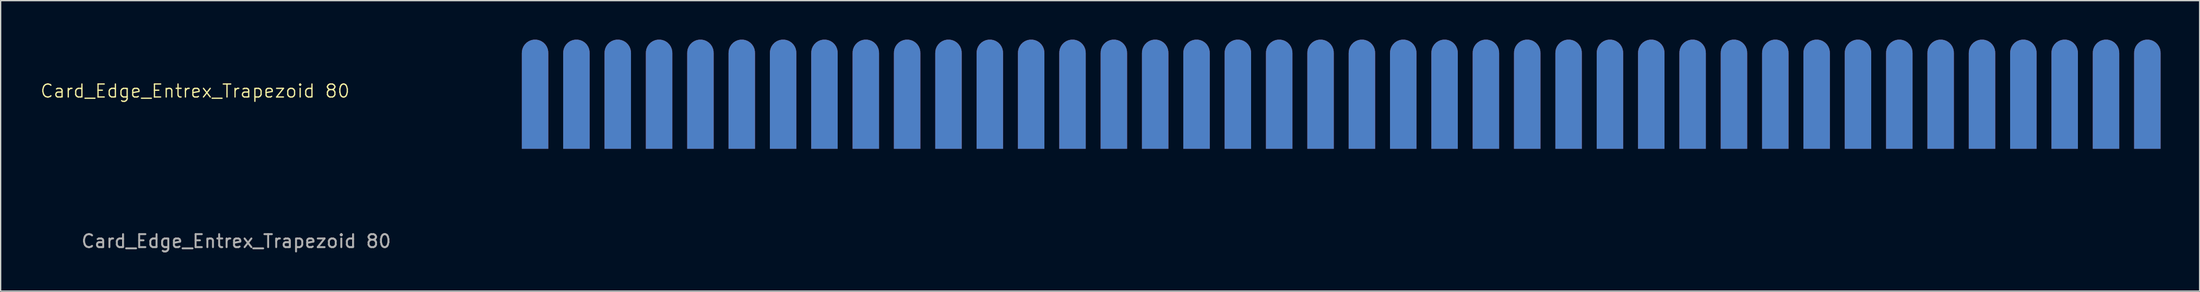
<source format=kicad_pcb>
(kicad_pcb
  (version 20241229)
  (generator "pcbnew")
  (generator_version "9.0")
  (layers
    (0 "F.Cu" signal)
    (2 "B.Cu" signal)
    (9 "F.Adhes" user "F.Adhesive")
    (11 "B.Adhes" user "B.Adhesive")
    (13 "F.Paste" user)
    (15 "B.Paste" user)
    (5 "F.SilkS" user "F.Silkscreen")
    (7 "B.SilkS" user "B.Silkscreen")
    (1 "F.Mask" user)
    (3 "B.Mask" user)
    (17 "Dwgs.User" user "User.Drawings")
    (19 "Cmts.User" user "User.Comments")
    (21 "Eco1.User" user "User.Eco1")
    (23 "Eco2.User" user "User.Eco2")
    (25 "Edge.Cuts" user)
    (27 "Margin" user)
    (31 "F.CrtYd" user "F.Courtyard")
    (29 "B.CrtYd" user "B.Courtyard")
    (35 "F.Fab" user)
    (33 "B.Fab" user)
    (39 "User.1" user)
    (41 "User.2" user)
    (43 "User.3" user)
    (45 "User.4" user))
  (footprint "Card_Edge_Entrex_Trapezoid 80"
    (layer "F.Cu")
    (at 36.456 9.479)
    (property "Reference" "Card_Edge_Entrex_Trapezoid 80" (at -24.525 -5.513 0) (unlocked yes) (layer "F.SilkS") (effects (font (size 1 1) (thickness 0.1))))
    (attr smd)
    (fp_text user "${REFERENCE}" (at -21.365 6.058 0) (unlocked yes) (layer "F.Fab") (effects (font (size 1 1) (thickness 0.15))))
    (pad "1" connect custom (at 1.587 -4.763) (size 2.032 7.4) (layers "F.Cu" "F.Mask") (options (anchor rect)) (primitives (gr_circle (center 0 -3.7) (end 1.016 -3.7) (width 0) (fill yes))))
    (pad "2" connect custom (at 1.587 -4.763) (size 2.032 7.4) (layers "B.Cu" "B.Mask") (options (anchor rect)) (primitives (gr_circle (center 0 -3.7) (end 1.016 -3.7) (width 0) (fill yes))))
    (pad "3" connect custom (at 4.763 -4.763) (size 2.032 7.4) (layers "F.Cu" "F.Mask") (options (anchor rect)) (primitives (gr_circle (center 0 -3.7) (end 1.016 -3.7) (width 0) (fill yes))))
    (pad "4" connect custom (at 4.763 -4.763) (size 2.032 7.4) (layers "B.Cu" "B.Mask") (options (anchor rect)) (primitives (gr_circle (center 0 -3.7) (end 1.016 -3.7) (width 0) (fill yes))))
    (pad "5" connect custom (at 7.938 -4.763) (size 2.032 7.4) (layers "F.Cu" "F.Mask") (options (anchor rect)) (primitives (gr_circle (center 0 -3.7) (end 1.016 -3.7) (width 0) (fill yes))))
    (pad "6" connect custom (at 7.938 -4.763) (size 2.032 7.4) (layers "B.Cu" "B.Mask") (options (anchor rect)) (primitives (gr_circle (center 0 -3.7) (end 1.016 -3.7) (width 0) (fill yes))))
    (pad "7" connect custom (at 11.113 -4.763) (size 2.032 7.4) (layers "F.Cu" "F.Mask") (options (anchor rect)) (primitives (gr_circle (center 0 -3.7) (end 1.016 -3.7) (width 0) (fill yes))))
    (pad "8" connect custom (at 11.113 -4.763) (size 2.032 7.4) (layers "B.Cu" "B.Mask") (options (anchor rect)) (primitives (gr_circle (center 0 -3.7) (end 1.016 -3.7) (width 0) (fill yes))))
    (pad "9" connect custom (at 14.287 -4.763) (size 2.032 7.4) (layers "F.Cu" "F.Mask") (options (anchor rect)) (primitives (gr_circle (center 0 -3.7) (end 1.016 -3.7) (width 0) (fill yes))))
    (pad "10" connect custom (at 14.287 -4.763) (size 2.032 7.4) (layers "B.Cu" "B.Mask") (options (anchor rect)) (primitives (gr_circle (center 0 -3.7) (end 1.016 -3.7) (width 0) (fill yes))))
    (pad "11" connect custom (at 17.462 -4.763) (size 2.032 7.4) (layers "F.Cu" "F.Mask") (options (anchor rect)) (primitives (gr_circle (center 0 -3.7) (end 1.016 -3.7) (width 0) (fill yes))))
    (pad "12" connect custom (at 17.462 -4.763) (size 2.032 7.4) (layers "B.Cu" "B.Mask") (options (anchor rect)) (primitives (gr_circle (center 0 -3.7) (end 1.016 -3.7) (width 0) (fill yes))))
    (pad "13" connect custom (at 20.637 -4.763) (size 2.032 7.4) (layers "F.Cu" "F.Mask") (options (anchor rect)) (primitives (gr_circle (center 0 -3.7) (end 1.016 -3.7) (width 0) (fill yes))))
    (pad "14" connect custom (at 20.637 -4.763) (size 2.032 7.4) (layers "B.Cu" "B.Mask") (options (anchor rect)) (primitives (gr_circle (center 0 -3.7) (end 1.016 -3.7) (width 0) (fill yes))))
    (pad "15" connect custom (at 23.812 -4.763) (size 2.032 7.4) (layers "F.Cu" "F.Mask") (options (anchor rect)) (primitives (gr_circle (center 0 -3.7) (end 1.016 -3.7) (width 0) (fill yes))))
    (pad "16" connect custom (at 23.812 -4.763) (size 2.032 7.4) (layers "B.Cu" "B.Mask") (options (anchor rect)) (primitives (gr_circle (center 0 -3.7) (end 1.016 -3.7) (width 0) (fill yes))))
    (pad "17" connect custom (at 26.988 -4.763) (size 2.032 7.4) (layers "F.Cu" "F.Mask") (options (anchor rect)) (primitives (gr_circle (center 0 -3.7) (end 1.016 -3.7) (width 0) (fill yes))))
    (pad "18" connect custom (at 26.988 -4.763) (size 2.032 7.4) (layers "B.Cu" "B.Mask") (options (anchor rect)) (primitives (gr_circle (center 0 -3.7) (end 1.016 -3.7) (width 0) (fill yes))))
    (pad "19" connect custom (at 30.163 -4.763) (size 2.032 7.4) (layers "F.Cu" "F.Mask") (options (anchor rect)) (primitives (gr_circle (center 0 -3.7) (end 1.016 -3.7) (width 0) (fill yes))))
    (pad "20" connect custom (at 30.163 -4.763) (size 2.032 7.4) (layers "B.Cu" "B.Mask") (options (anchor rect)) (primitives (gr_circle (center 0 -3.7) (end 1.016 -3.7) (width 0) (fill yes))))
    (pad "21" connect custom (at 33.337 -4.763) (size 2.032 7.4) (layers "F.Cu" "F.Mask") (options (anchor rect)) (primitives (gr_circle (center 0 -3.7) (end 1.016 -3.7) (width 0) (fill yes))))
    (pad "22" connect custom (at 33.337 -4.763) (size 2.032 7.4) (layers "B.Cu" "B.Mask") (options (anchor rect)) (primitives (gr_circle (center 0 -3.7) (end 1.016 -3.7) (width 0) (fill yes))))
    (pad "23" connect custom (at 36.513 -4.763) (size 2.032 7.4) (layers "F.Cu" "F.Mask") (options (anchor rect)) (primitives (gr_circle (center 0 -3.7) (end 1.016 -3.7) (width 0) (fill yes))))
    (pad "24" connect custom (at 36.513 -4.763) (size 2.032 7.4) (layers "B.Cu" "B.Mask") (options (anchor rect)) (primitives (gr_circle (center 0 -3.7) (end 1.016 -3.7) (width 0) (fill yes))))
    (pad "25" connect custom (at 39.688 -4.763) (size 2.032 7.4) (layers "F.Cu" "F.Mask") (options (anchor rect)) (primitives (gr_circle (center 0 -3.7) (end 1.016 -3.7) (width 0) (fill yes))))
    (pad "26" connect custom (at 39.688 -4.763) (size 2.032 7.4) (layers "B.Cu" "B.Mask") (options (anchor rect)) (primitives (gr_circle (center 0 -3.7) (end 1.016 -3.7) (width 0) (fill yes))))
    (pad "27" connect custom (at 42.862 -4.763) (size 2.032 7.4) (layers "F.Cu" "F.Mask") (options (anchor rect)) (primitives (gr_circle (center 0 -3.7) (end 1.016 -3.7) (width 0) (fill yes))))
    (pad "28" connect custom (at 42.862 -4.763) (size 2.032 7.4) (layers "B.Cu" "B.Mask") (options (anchor rect)) (primitives (gr_circle (center 0 -3.7) (end 1.016 -3.7) (width 0) (fill yes))))
    (pad "29" connect custom (at 46.038 -4.763) (size 2.032 7.4) (layers "F.Cu" "F.Mask") (options (anchor rect)) (primitives (gr_circle (center 0 -3.7) (end 1.016 -3.7) (width 0) (fill yes))))
    (pad "30" connect custom (at 46.038 -4.763) (size 2.032 7.4) (layers "B.Cu" "B.Mask") (options (anchor rect)) (primitives (gr_circle (center 0 -3.7) (end 1.016 -3.7) (width 0) (fill yes))))
    (pad "31" connect custom (at 49.212 -4.763) (size 2.032 7.4) (layers "F.Cu" "F.Mask") (options (anchor rect)) (primitives (gr_circle (center 0 -3.7) (end 1.016 -3.7) (width 0) (fill yes))))
    (pad "32" connect custom (at 49.212 -4.763) (size 2.032 7.4) (layers "B.Cu" "B.Mask") (options (anchor rect)) (primitives (gr_circle (center 0 -3.7) (end 1.016 -3.7) (width 0) (fill yes))))
    (pad "33" connect custom (at 52.388 -4.763) (size 2.032 7.4) (layers "F.Cu" "F.Mask") (options (anchor rect)) (primitives (gr_circle (center 0 -3.7) (end 1.016 -3.7) (width 0) (fill yes))))
    (pad "34" connect custom (at 52.388 -4.763) (size 2.032 7.4) (layers "B.Cu" "B.Mask") (options (anchor rect)) (primitives (gr_circle (center 0 -3.7) (end 1.016 -3.7) (width 0) (fill yes))))
    (pad "35" connect custom (at 55.562 -4.763) (size 2.032 7.4) (layers "F.Cu" "F.Mask") (options (anchor rect)) (primitives (gr_circle (center 0 -3.7) (end 1.016 -3.7) (width 0) (fill yes))))
    (pad "36" connect custom (at 55.562 -4.763) (size 2.032 7.4) (layers "B.Cu" "B.Mask") (options (anchor rect)) (primitives (gr_circle (center 0 -3.7) (end 1.016 -3.7) (width 0) (fill yes))))
    (pad "37" connect custom (at 58.737 -4.763) (size 2.032 7.4) (layers "F.Cu" "F.Mask") (options (anchor rect)) (primitives (gr_circle (center 0 -3.7) (end 1.016 -3.7) (width 0) (fill yes))))
    (pad "38" connect custom (at 58.737 -4.763) (size 2.032 7.4) (layers "B.Cu" "B.Mask") (options (anchor rect)) (primitives (gr_circle (center 0 -3.7) (end 1.016 -3.7) (width 0) (fill yes))))
    (pad "39" connect custom (at 61.913 -4.763) (size 2.032 7.4) (layers "F.Cu" "F.Mask") (options (anchor rect)) (primitives (gr_circle (center 0 -3.7) (end 1.016 -3.7) (width 0) (fill yes))))
    (pad "40" connect custom (at 61.913 -4.763) (size 2.032 7.4) (layers "B.Cu" "B.Mask") (options (anchor rect)) (primitives (gr_circle (center 0 -3.7) (end 1.016 -3.7) (width 0) (fill yes))))
    (pad "41" connect custom (at 65.088 -4.763) (size 2.032 7.4) (layers "F.Cu" "F.Mask") (options (anchor rect)) (primitives (gr_circle (center 0 -3.7) (end 1.016 -3.7) (width 0) (fill yes))))
    (pad "42" connect custom (at 65.088 -4.763) (size 2.032 7.4) (layers "B.Cu" "B.Mask") (options (anchor rect)) (primitives (gr_circle (center 0 -3.7) (end 1.016 -3.7) (width 0) (fill yes))))
    (pad "43" connect custom (at 68.263 -4.763) (size 2.032 7.4) (layers "F.Cu" "F.Mask") (options (anchor rect)) (primitives (gr_circle (center 0 -3.7) (end 1.016 -3.7) (width 0) (fill yes))))
    (pad "44" connect custom (at 68.263 -4.763) (size 2.032 7.4) (layers "B.Cu" "B.Mask") (options (anchor rect)) (primitives (gr_circle (center 0 -3.7) (end 1.016 -3.7) (width 0) (fill yes))))
    (pad "45" connect custom (at 71.438 -4.763) (size 2.032 7.4) (layers "F.Cu" "F.Mask") (options (anchor rect)) (primitives (gr_circle (center 0 -3.7) (end 1.016 -3.7) (width 0) (fill yes))))
    (pad "46" connect custom (at 71.438 -4.763) (size 2.032 7.4) (layers "B.Cu" "B.Mask") (options (anchor rect)) (primitives (gr_circle (center 0 -3.7) (end 1.016 -3.7) (width 0) (fill yes))))
    (pad "47" connect custom (at 74.612 -4.763) (size 2.032 7.4) (layers "F.Cu" "F.Mask") (options (anchor rect)) (primitives (gr_circle (center 0 -3.7) (end 1.016 -3.7) (width 0) (fill yes))))
    (pad "48" connect custom (at 74.612 -4.763) (size 2.032 7.4) (layers "B.Cu" "B.Mask") (options (anchor rect)) (primitives (gr_circle (center 0 -3.7) (end 1.016 -3.7) (width 0) (fill yes))))
    (pad "49" connect custom (at 77.787 -4.763) (size 2.032 7.4) (layers "F.Cu" "F.Mask") (options (anchor rect)) (primitives (gr_circle (center 0 -3.7) (end 1.016 -3.7) (width 0) (fill yes))))
    (pad "50" connect custom (at 77.787 -4.763) (size 2.032 7.4) (layers "B.Cu" "B.Mask") (options (anchor rect)) (primitives (gr_circle (center 0 -3.7) (end 1.016 -3.7) (width 0) (fill yes))))
    (pad "51" connect custom (at 80.963 -4.763) (size 2.032 7.4) (layers "F.Cu" "F.Mask") (options (anchor rect)) (primitives (gr_circle (center 0 -3.7) (end 1.016 -3.7) (width 0) (fill yes))))
    (pad "52" connect custom (at 80.963 -4.763) (size 2.032 7.4) (layers "B.Cu" "B.Mask") (options (anchor rect)) (primitives (gr_circle (center 0 -3.7) (end 1.016 -3.7) (width 0) (fill yes))))
    (pad "53" connect custom (at 84.138 -4.763) (size 2.032 7.4) (layers "F.Cu" "F.Mask") (options (anchor rect)) (primitives (gr_circle (center 0 -3.7) (end 1.016 -3.7) (width 0) (fill yes))))
    (pad "54" connect custom (at 84.138 -4.763) (size 2.032 7.4) (layers "B.Cu" "B.Mask") (options (anchor rect)) (primitives (gr_circle (center 0 -3.7) (end 1.016 -3.7) (width 0) (fill yes))))
    (pad "55" connect custom (at 87.312 -4.763) (size 2.032 7.4) (layers "F.Cu" "F.Mask") (options (anchor rect)) (primitives (gr_circle (center 0 -3.7) (end 1.016 -3.7) (width 0) (fill yes))))
    (pad "56" connect custom (at 87.312 -4.763) (size 2.032 7.4) (layers "B.Cu" "B.Mask") (options (anchor rect)) (primitives (gr_circle (center 0 -3.7) (end 1.016 -3.7) (width 0) (fill yes))))
    (pad "57" connect custom (at 90.487 -4.763) (size 2.032 7.4) (layers "F.Cu" "F.Mask") (options (anchor rect)) (primitives (gr_circle (center 0 -3.7) (end 1.016 -3.7) (width 0) (fill yes))))
    (pad "58" connect custom (at 90.487 -4.763) (size 2.032 7.4) (layers "B.Cu" "B.Mask") (options (anchor rect)) (primitives (gr_circle (center 0 -3.7) (end 1.016 -3.7) (width 0) (fill yes))))
    (pad "59" connect custom (at 93.662 -4.763) (size 2.032 7.4) (layers "F.Cu" "F.Mask") (options (anchor rect)) (primitives (gr_circle (center 0 -3.7) (end 1.016 -3.7) (width 0) (fill yes))))
    (pad "60" connect custom (at 93.662 -4.763) (size 2.032 7.4) (layers "B.Cu" "B.Mask") (options (anchor rect)) (primitives (gr_circle (center 0 -3.7) (end 1.016 -3.7) (width 0) (fill yes))))
    (pad "61" connect custom (at 96.838 -4.763) (size 2.032 7.4) (layers "F.Cu" "F.Mask") (options (anchor rect)) (primitives (gr_circle (center 0 -3.7) (end 1.016 -3.7) (width 0) (fill yes))))
    (pad "62" connect custom (at 96.838 -4.763) (size 2.032 7.4) (layers "B.Cu" "B.Mask") (options (anchor rect)) (primitives (gr_circle (center 0 -3.7) (end 1.016 -3.7) (width 0) (fill yes))))
    (pad "63" connect custom (at 100.013 -4.763) (size 2.032 7.4) (layers "F.Cu" "F.Mask") (options (anchor rect)) (primitives (gr_circle (center 0 -3.7) (end 1.016 -3.7) (width 0) (fill yes))))
    (pad "64" connect custom (at 100.013 -4.763) (size 2.032 7.4) (layers "B.Cu" "B.Mask") (options (anchor rect)) (primitives (gr_circle (center 0 -3.7) (end 1.016 -3.7) (width 0) (fill yes))))
    (pad "65" connect custom (at 103.188 -4.763) (size 2.032 7.4) (layers "F.Cu" "F.Mask") (options (anchor rect)) (primitives (gr_circle (center 0 -3.7) (end 1.016 -3.7) (width 0) (fill yes))))
    (pad "66" connect custom (at 103.188 -4.763) (size 2.032 7.4) (layers "B.Cu" "B.Mask") (options (anchor rect)) (primitives (gr_circle (center 0 -3.7) (end 1.016 -3.7) (width 0) (fill yes))))
    (pad "67" connect custom (at 106.362 -4.763) (size 2.032 7.4) (layers "F.Cu" "F.Mask") (options (anchor rect)) (primitives (gr_circle (center 0 -3.7) (end 1.016 -3.7) (width 0) (fill yes))))
    (pad "68" connect custom (at 106.362 -4.763) (size 2.032 7.4) (layers "B.Cu" "B.Mask") (options (anchor rect)) (primitives (gr_circle (center 0 -3.7) (end 1.016 -3.7) (width 0) (fill yes))))
    (pad "69" connect custom (at 109.537 -4.763) (size 2.032 7.4) (layers "F.Cu" "F.Mask") (options (anchor rect)) (primitives (gr_circle (center 0 -3.7) (end 1.016 -3.7) (width 0) (fill yes))))
    (pad "70" connect custom (at 109.537 -4.763) (size 2.032 7.4) (layers "B.Cu" "B.Mask") (options (anchor rect)) (primitives (gr_circle (center 0 -3.7) (end 1.016 -3.7) (width 0) (fill yes))))
    (pad "71" connect custom (at 112.713 -4.763) (size 2.032 7.4) (layers "F.Cu" "F.Mask") (options (anchor rect)) (primitives (gr_circle (center 0 -3.7) (end 1.016 -3.7) (width 0) (fill yes))))
    (pad "72" connect custom (at 112.713 -4.763) (size 2.032 7.4) (layers "B.Cu" "B.Mask") (options (anchor rect)) (primitives (gr_circle (center 0 -3.7) (end 1.016 -3.7) (width 0) (fill yes))))
    (pad "73" connect custom (at 115.888 -4.763) (size 2.032 7.4) (layers "F.Cu" "F.Mask") (options (anchor rect)) (primitives (gr_circle (center 0 -3.7) (end 1.016 -3.7) (width 0) (fill yes))))
    (pad "74" connect custom (at 115.888 -4.763) (size 2.032 7.4) (layers "B.Cu" "B.Mask") (options (anchor rect)) (primitives (gr_circle (center 0 -3.7) (end 1.016 -3.7) (width 0) (fill yes))))
    (pad "75" connect custom (at 119.062 -4.763) (size 2.032 7.4) (layers "F.Cu" "F.Mask") (options (anchor rect)) (primitives (gr_circle (center 0 -3.7) (end 1.016 -3.7) (width 0) (fill yes))))
    (pad "76" connect custom (at 119.062 -4.763) (size 2.032 7.4) (layers "B.Cu" "B.Mask") (options (anchor rect)) (primitives (gr_circle (center 0 -3.7) (end 1.016 -3.7) (width 0) (fill yes))))
    (pad "77" connect custom (at 122.237 -4.763) (size 2.032 7.4) (layers "F.Cu" "F.Mask") (options (anchor rect)) (primitives (gr_circle (center 0 -3.7) (end 1.016 -3.7) (width 0) (fill yes))))
    (pad "78" connect custom (at 122.237 -4.763) (size 2.032 7.4) (layers "B.Cu" "B.Mask") (options (anchor rect)) (primitives (gr_circle (center 0 -3.7) (end 1.016 -3.7) (width 0) (fill yes))))
    (pad "79" connect custom (at 125.412 -4.763) (size 2.032 7.4) (layers "F.Cu" "F.Mask") (options (anchor rect)) (primitives (gr_circle (center 0 -3.7) (end 1.016 -3.7) (width 0) (fill yes))))
    (pad "80" connect custom (at 125.412 -4.763) (size 2.032 7.4) (layers "B.Cu" "B.Mask") (options (anchor rect)) (primitives (gr_circle (center 0 -3.7) (end 1.016 -3.7) (width 0) (fill yes)))))
  (gr_rect
    (start -3 -3)
    (end 165.884 19.384)
    (stroke (width 0.1) (type default))
    (fill no)
    (layer "Edge.Cuts")))
</source>
